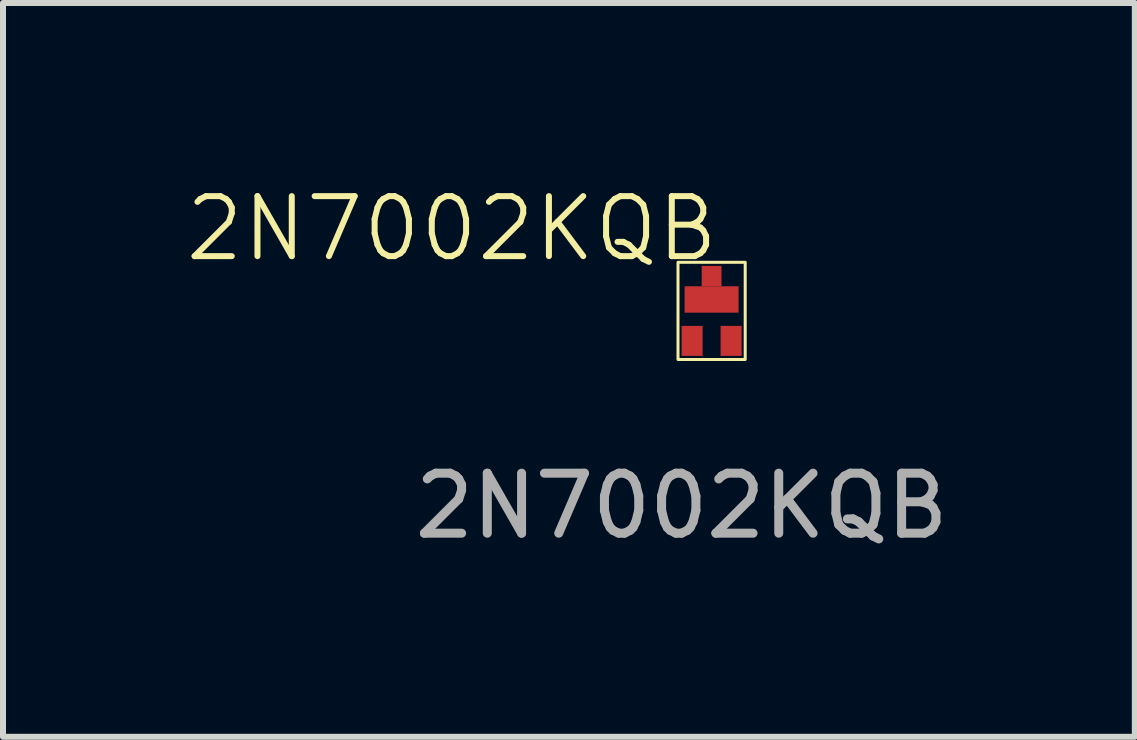
<source format=kicad_pcb>
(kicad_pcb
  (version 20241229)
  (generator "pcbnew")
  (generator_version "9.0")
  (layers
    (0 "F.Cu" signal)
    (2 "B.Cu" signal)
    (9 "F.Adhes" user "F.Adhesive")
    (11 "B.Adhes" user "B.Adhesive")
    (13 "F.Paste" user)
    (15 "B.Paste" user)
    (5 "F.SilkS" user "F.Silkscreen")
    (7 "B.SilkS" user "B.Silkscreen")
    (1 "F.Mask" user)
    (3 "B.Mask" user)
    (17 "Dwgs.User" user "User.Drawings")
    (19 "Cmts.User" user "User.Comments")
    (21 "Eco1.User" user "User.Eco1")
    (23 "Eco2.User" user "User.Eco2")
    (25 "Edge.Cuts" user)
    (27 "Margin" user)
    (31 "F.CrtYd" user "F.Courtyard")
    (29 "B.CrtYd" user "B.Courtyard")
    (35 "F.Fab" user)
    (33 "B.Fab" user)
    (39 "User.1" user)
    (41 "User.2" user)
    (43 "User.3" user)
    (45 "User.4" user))
  (footprint "2N7002KQB"
    (layer "F.Cu")
    (at 8.309 2.881)
    (property "Reference" "2N7002KQB" (at -3.83 -2.12 0) (unlocked yes) (layer "F.SilkS") (effects (font (size 1 1) (thickness 0.1))))
    (attr smd)
    (fp_rect (start -0.06 -1.56) (end 1.06 0.06) (stroke (width 0.05) (type default)) (fill no) (layer "F.SilkS"))
    (fp_text user "${REFERENCE}" (at 0 2.5 0) (unlocked yes) (layer "F.Fab") (effects (font (size 1 1) (thickness 0.15))))
    (pad "1" smd rect (at 0.175 -0.25) (size 0.35 0.5) (layers "F.Cu" "F.Mask" "F.Paste"))
    (pad "2" smd rect (at 0.825 -0.25) (size 0.35 0.5) (layers "F.Cu" "F.Mask" "F.Paste"))
    (pad "3" smd rect (at 0.5 -1.33) (size 0.33 0.34) (layers "F.Cu" "F.Mask" "F.Paste"))
    (pad "3" smd trapezoid (at 0.5 -0.94) (size 0.9 0.44) (layers "F.Cu" "F.Mask" "F.Paste")))
  (gr_rect
    (start -3 -3)
    (end 15.862 9.229)
    (stroke (width 0.1) (type default))
    (fill no)
    (layer "Edge.Cuts")))
</source>
